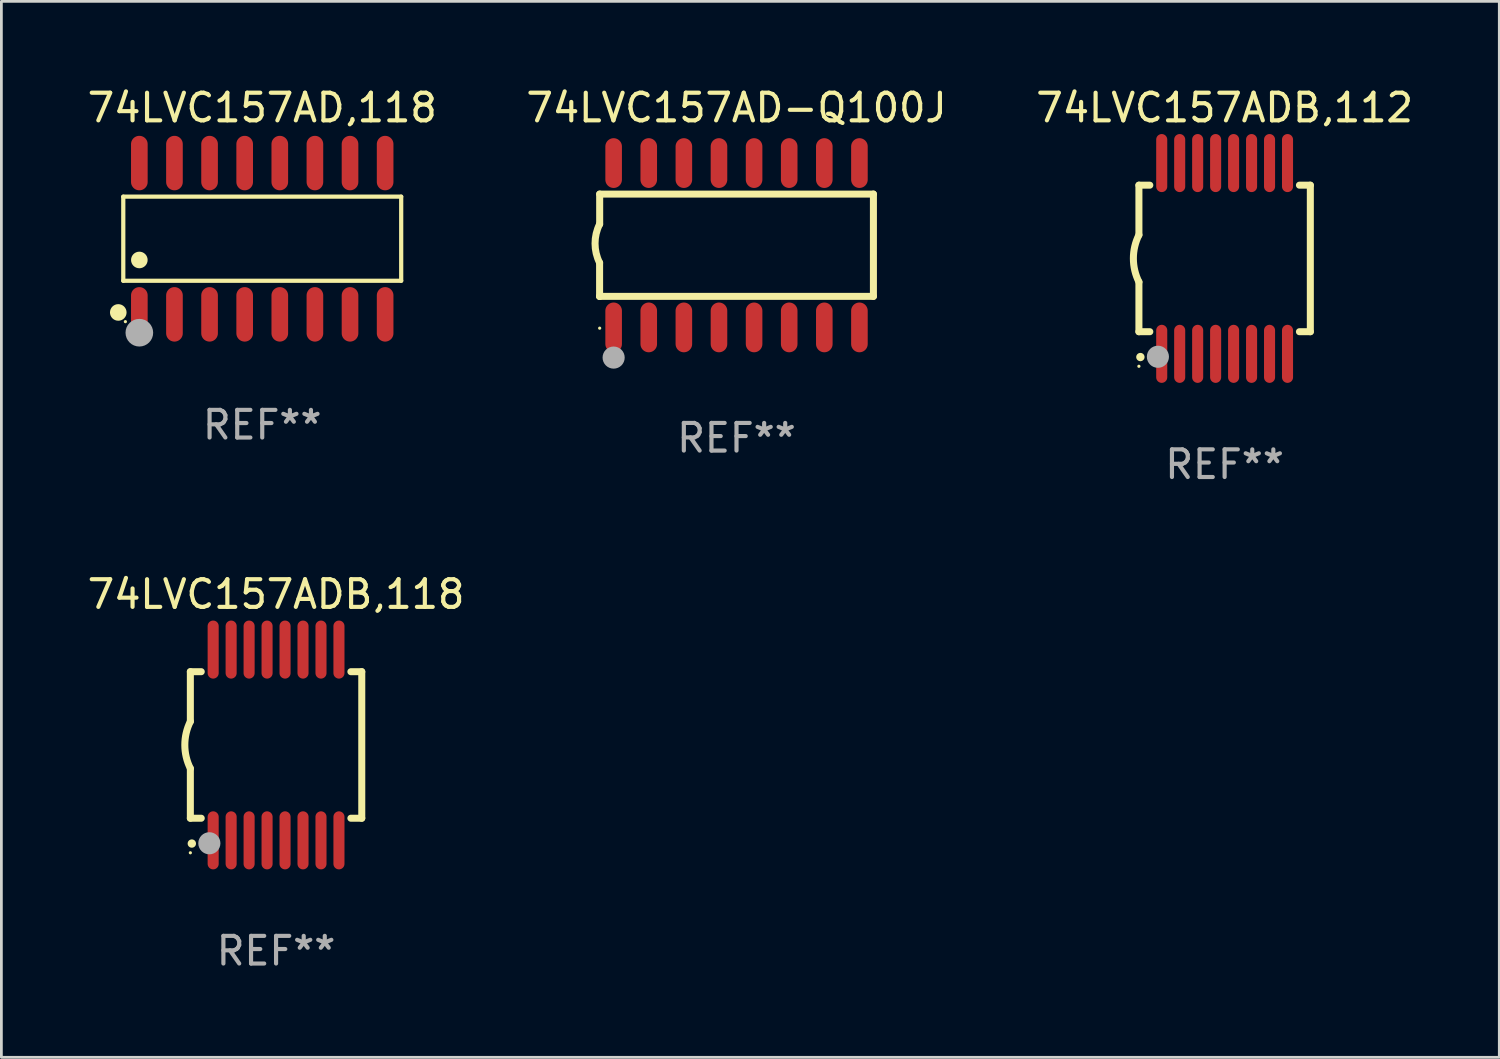
<source format=kicad_pcb>
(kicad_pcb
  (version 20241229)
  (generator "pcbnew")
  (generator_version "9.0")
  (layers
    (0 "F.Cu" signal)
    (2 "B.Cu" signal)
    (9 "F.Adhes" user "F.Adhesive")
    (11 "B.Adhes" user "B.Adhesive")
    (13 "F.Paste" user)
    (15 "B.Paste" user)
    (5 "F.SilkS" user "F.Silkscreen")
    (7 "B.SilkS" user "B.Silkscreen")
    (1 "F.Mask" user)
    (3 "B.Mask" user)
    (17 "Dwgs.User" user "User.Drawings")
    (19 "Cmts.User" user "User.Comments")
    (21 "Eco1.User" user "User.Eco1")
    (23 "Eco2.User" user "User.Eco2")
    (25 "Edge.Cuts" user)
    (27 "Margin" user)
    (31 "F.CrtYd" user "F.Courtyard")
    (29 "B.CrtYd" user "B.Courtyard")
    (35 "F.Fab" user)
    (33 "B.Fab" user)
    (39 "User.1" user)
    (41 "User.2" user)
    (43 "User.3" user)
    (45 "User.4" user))
  (footprint "74LVC157AD-Q100J"
    (layer "F.Cu")
    (at 23.589 5.82)
    (property "Reference" "74LVC157AD-Q100J" (at 0 -4.972 0) (layer "F.SilkS") (effects (font (size 1 1) (thickness 0.15))))
    (attr through_hole)
    (fp_line (start -4.952 0.635) (end -4.952 1.85) (stroke (width 0.254) (type solid)) (layer "F.SilkS"))
    (fp_line (start -4.952 1.85) (end -4.949 1.85) (stroke (width 0.254) (type solid)) (layer "F.SilkS"))
    (fp_line (start -4.949 -1.85) (end -4.949 -0.762) (stroke (width 0.254) (type solid)) (layer "F.SilkS"))
    (fp_line (start -4.949 1.85) (end 4.952 1.85) (stroke (width 0.254) (type solid)) (layer "F.SilkS"))
    (fp_line (start 4.952 -1.85) (end -4.949 -1.85) (stroke (width 0.254) (type solid)) (layer "F.SilkS"))
    (fp_line (start 4.952 1.85) (end 4.952 -1.85) (stroke (width 0.254) (type solid)) (layer "F.SilkS"))
    (fp_arc (start -4.951524 0.635001) (mid -5.116418 -0.0635) (end -4.951524 -0.762002) (stroke (width 0.254001) (type solid)) (layer "F.SilkS"))
    (fp_circle (center -4.949 3) (end -4.919 3) (stroke (width 0.06) (type solid)) (fill no) (layer "F.SilkS"))
    (fp_circle (center -4.444 4.064) (end -4.244 4.064) (stroke (width 0.4) (type solid)) (fill no) (layer "F.Fab"))
    (fp_text user "REF**" (at 0 6.972 0) (layer "F.Fab") (effects (font (size 1 1) (thickness 0.15))))
    (pad "1" smd oval (at -4.444 2.972 180) (size 0.6 1.8) (layers "F.Cu" "F.Mask" "F.Paste"))
    (pad "2" smd oval (at -3.174 2.972 180) (size 0.6 1.8) (layers "F.Cu" "F.Mask" "F.Paste"))
    (pad "3" smd oval (at -1.904 2.972 180) (size 0.6 1.8) (layers "F.Cu" "F.Mask" "F.Paste"))
    (pad "4" smd oval (at -0.634 2.972 180) (size 0.6 1.8) (layers "F.Cu" "F.Mask" "F.Paste"))
    (pad "5" smd oval (at 0.636 2.972 180) (size 0.6 1.8) (layers "F.Cu" "F.Mask" "F.Paste"))
    (pad "6" smd oval (at 1.906 2.972 180) (size 0.6 1.8) (layers "F.Cu" "F.Mask" "F.Paste"))
    (pad "7" smd oval (at 3.176 2.972 180) (size 0.6 1.8) (layers "F.Cu" "F.Mask" "F.Paste"))
    (pad "8" smd oval (at 4.446 2.972 180) (size 0.6 1.8) (layers "F.Cu" "F.Mask" "F.Paste"))
    (pad "9" smd oval (at 4.446 -2.972 180) (size 0.6 1.8) (layers "F.Cu" "F.Mask" "F.Paste"))
    (pad "10" smd oval (at 3.176 -2.972 180) (size 0.6 1.8) (layers "F.Cu" "F.Mask" "F.Paste"))
    (pad "11" smd oval (at 1.906 -2.972 180) (size 0.6 1.8) (layers "F.Cu" "F.Mask" "F.Paste"))
    (pad "12" smd oval (at 0.636 -2.972 180) (size 0.6 1.8) (layers "F.Cu" "F.Mask" "F.Paste"))
    (pad "13" smd oval (at -0.634 -2.972 180) (size 0.6 1.8) (layers "F.Cu" "F.Mask" "F.Paste"))
    (pad "14" smd oval (at -1.904 -2.972 180) (size 0.6 1.8) (layers "F.Cu" "F.Mask" "F.Paste"))
    (pad "15" smd oval (at -3.174 -2.972 180) (size 0.6 1.8) (layers "F.Cu" "F.Mask" "F.Paste"))
    (pad "16" smd oval (at -4.444 -2.972 180) (size 0.6 1.8) (layers "F.Cu" "F.Mask" "F.Paste")))
  (footprint "74LVC157ADB,118"
    (layer "F.Cu")
    (at 6.935 23.895)
    (property "Reference" "74LVC157ADB,118" (at 0 -5.45 0) (layer "F.SilkS") (effects (font (size 1 1) (thickness 0.15))))
    (attr through_hole)
    (fp_line (start -3.1 -2.65) (end -3.1 -0.85) (stroke (width 0.254) (type solid)) (layer "F.SilkS"))
    (fp_line (start -3.1 -2.65) (end -2.706 -2.65) (stroke (width 0.254) (type solid)) (layer "F.SilkS"))
    (fp_line (start -3.1 2.65) (end -3.1 0.85) (stroke (width 0.254) (type solid)) (layer "F.SilkS"))
    (fp_line (start -3.1 2.65) (end -2.706 2.65) (stroke (width 0.254) (type solid)) (layer "F.SilkS"))
    (fp_line (start 2.706 -2.65) (end 3.1 -2.65) (stroke (width 0.254) (type solid)) (layer "F.SilkS"))
    (fp_line (start 2.706 2.65) (end 3.1 2.65) (stroke (width 0.254) (type solid)) (layer "F.SilkS"))
    (fp_line (start 3.1 -2.65) (end 3.1 2.65) (stroke (width 0.254) (type solid)) (layer "F.SilkS"))
    (fp_arc (start -3.098907 0.850902) (mid -3.300057 0.000523) (end -3.1 -0.850114) (stroke (width 0.254001) (type solid)) (layer "F.SilkS"))
    (fp_arc (start -3.048006 3.566066) (mid -3.046736 3.566061) (end -3.045466 3.566066) (stroke (width 0.3) (type solid)) (layer "F.SilkS"))
    (fp_circle (center -3.1 3.9) (end -3.07 3.9) (stroke (width 0.06) (type solid)) (fill no) (layer "F.SilkS"))
    (fp_circle (center -2.413 3.556) (end -2.213 3.556) (stroke (width 0.4) (type solid)) (fill no) (layer "F.Fab"))
    (fp_text user "REF**" (at 0 7.45 0) (layer "F.Fab") (effects (font (size 1 1) (thickness 0.15))))
    (pad "1" smd oval (at -2.275 3.45 180) (size 0.4 2.1) (layers "F.Cu" "F.Mask" "F.Paste"))
    (pad "2" smd oval (at -1.625 3.45 180) (size 0.4 2.1) (layers "F.Cu" "F.Mask" "F.Paste"))
    (pad "3" smd oval (at -0.975 3.45 180) (size 0.4 2.1) (layers "F.Cu" "F.Mask" "F.Paste"))
    (pad "4" smd oval (at -0.325 3.45 180) (size 0.4 2.1) (layers "F.Cu" "F.Mask" "F.Paste"))
    (pad "5" smd oval (at 0.325 3.45 180) (size 0.4 2.1) (layers "F.Cu" "F.Mask" "F.Paste"))
    (pad "6" smd oval (at 0.975 3.45 180) (size 0.4 2.1) (layers "F.Cu" "F.Mask" "F.Paste"))
    (pad "7" smd oval (at 1.625 3.45 180) (size 0.4 2.1) (layers "F.Cu" "F.Mask" "F.Paste"))
    (pad "8" smd oval (at 2.275 3.45 180) (size 0.4 2.1) (layers "F.Cu" "F.Mask" "F.Paste"))
    (pad "9" smd oval (at 2.275 -3.45 180) (size 0.4 2.1) (layers "F.Cu" "F.Mask" "F.Paste"))
    (pad "10" smd oval (at 1.625 -3.45 180) (size 0.4 2.1) (layers "F.Cu" "F.Mask" "F.Paste"))
    (pad "11" smd oval (at 0.975 -3.45 180) (size 0.4 2.1) (layers "F.Cu" "F.Mask" "F.Paste"))
    (pad "12" smd oval (at 0.325 -3.45 180) (size 0.4 2.1) (layers "F.Cu" "F.Mask" "F.Paste"))
    (pad "13" smd oval (at -0.325 -3.45 180) (size 0.4 2.1) (layers "F.Cu" "F.Mask" "F.Paste"))
    (pad "14" smd oval (at -0.975 -3.45 180) (size 0.4 2.1) (layers "F.Cu" "F.Mask" "F.Paste"))
    (pad "15" smd oval (at -1.625 -3.45 180) (size 0.4 2.1) (layers "F.Cu" "F.Mask" "F.Paste"))
    (pad "16" smd oval (at -2.275 -3.45 180) (size 0.4 2.1) (layers "F.Cu" "F.Mask" "F.Paste")))
  (footprint "74LVC157AD,118"
    (layer "F.Cu")
    (at 6.435 5.584)
    (property "Reference" "74LVC157AD,118" (at 0 -4.736 0) (layer "F.SilkS") (effects (font (size 1 1) (thickness 0.15))))
    (attr through_hole)
    (fp_line (start -5.026 -1.521) (end 5.026 -1.521) (stroke (width 0.152) (type solid)) (layer "F.SilkS"))
    (fp_line (start -5.026 1.521) (end -5.026 -1.521) (stroke (width 0.152) (type solid)) (layer "F.SilkS"))
    (fp_line (start 5.026 -1.521) (end 5.026 1.521) (stroke (width 0.152) (type solid)) (layer "F.SilkS"))
    (fp_line (start 5.026 1.521) (end -5.026 1.521) (stroke (width 0.152) (type solid)) (layer "F.SilkS"))
    (fp_circle (center -5.207 2.667) (end -5.057 2.667) (stroke (width 0.3) (type solid)) (fill no) (layer "F.SilkS"))
    (fp_circle (center -4.95 3) (end -4.92 3) (stroke (width 0.06) (type solid)) (fill no) (layer "F.SilkS"))
    (fp_circle (center -4.445 0.769) (end -4.295 0.769) (stroke (width 0.3) (type solid)) (fill no) (layer "F.SilkS"))
    (fp_circle (center -4.445 3.4) (end -4.195 3.4) (stroke (width 0.5) (type solid)) (fill no) (layer "F.Fab"))
    (fp_text user "REF**" (at 0 6.736 0) (layer "F.Fab") (effects (font (size 1 1) (thickness 0.15))))
    (pad "1" smd oval (at -4.445 2.736) (size 0.602 1.971) (layers "F.Cu" "F.Mask" "F.Paste"))
    (pad "2" smd oval (at -3.175 2.736) (size 0.602 1.971) (layers "F.Cu" "F.Mask" "F.Paste"))
    (pad "3" smd oval (at -1.905 2.736) (size 0.602 1.971) (layers "F.Cu" "F.Mask" "F.Paste"))
    (pad "4" smd oval (at -0.635 2.736) (size 0.602 1.971) (layers "F.Cu" "F.Mask" "F.Paste"))
    (pad "5" smd oval (at 0.635 2.736) (size 0.602 1.971) (layers "F.Cu" "F.Mask" "F.Paste"))
    (pad "6" smd oval (at 1.905 2.736) (size 0.602 1.971) (layers "F.Cu" "F.Mask" "F.Paste"))
    (pad "7" smd oval (at 3.175 2.736) (size 0.602 1.971) (layers "F.Cu" "F.Mask" "F.Paste"))
    (pad "8" smd oval (at 4.445 2.736) (size 0.602 1.971) (layers "F.Cu" "F.Mask" "F.Paste"))
    (pad "9" smd oval (at 4.445 -2.736) (size 0.602 1.971) (layers "F.Cu" "F.Mask" "F.Paste"))
    (pad "10" smd oval (at 3.175 -2.736) (size 0.602 1.971) (layers "F.Cu" "F.Mask" "F.Paste"))
    (pad "11" smd oval (at 1.905 -2.736) (size 0.602 1.971) (layers "F.Cu" "F.Mask" "F.Paste"))
    (pad "12" smd oval (at 0.635 -2.736) (size 0.602 1.971) (layers "F.Cu" "F.Mask" "F.Paste"))
    (pad "13" smd oval (at -0.635 -2.736) (size 0.602 1.971) (layers "F.Cu" "F.Mask" "F.Paste"))
    (pad "14" smd oval (at -1.905 -2.736) (size 0.602 1.971) (layers "F.Cu" "F.Mask" "F.Paste"))
    (pad "15" smd oval (at -3.175 -2.736) (size 0.602 1.971) (layers "F.Cu" "F.Mask" "F.Paste"))
    (pad "16" smd oval (at -4.445 -2.736) (size 0.602 1.971) (layers "F.Cu" "F.Mask" "F.Paste")))
  (footprint "74LVC157ADB,112"
    (layer "F.Cu")
    (at 41.244 6.298)
    (property "Reference" "74LVC157ADB,112" (at 0 -5.45 0) (layer "F.SilkS") (effects (font (size 1 1) (thickness 0.15))))
    (attr through_hole)
    (fp_line (start -3.1 -2.65) (end -3.1 -0.85) (stroke (width 0.254) (type solid)) (layer "F.SilkS"))
    (fp_line (start -3.1 -2.65) (end -2.706 -2.65) (stroke (width 0.254) (type solid)) (layer "F.SilkS"))
    (fp_line (start -3.1 2.65) (end -3.1 0.85) (stroke (width 0.254) (type solid)) (layer "F.SilkS"))
    (fp_line (start -3.1 2.65) (end -2.706 2.65) (stroke (width 0.254) (type solid)) (layer "F.SilkS"))
    (fp_line (start 2.706 -2.65) (end 3.1 -2.65) (stroke (width 0.254) (type solid)) (layer "F.SilkS"))
    (fp_line (start 2.706 2.65) (end 3.1 2.65) (stroke (width 0.254) (type solid)) (layer "F.SilkS"))
    (fp_line (start 3.1 -2.65) (end 3.1 2.65) (stroke (width 0.254) (type solid)) (layer "F.SilkS"))
    (fp_arc (start -3.098907 0.850902) (mid -3.300057 0.000523) (end -3.1 -0.850114) (stroke (width 0.254001) (type solid)) (layer "F.SilkS"))
    (fp_arc (start -3.048006 3.566066) (mid -3.046736 3.566061) (end -3.045466 3.566066) (stroke (width 0.3) (type solid)) (layer "F.SilkS"))
    (fp_circle (center -3.1 3.9) (end -3.07 3.9) (stroke (width 0.06) (type solid)) (fill no) (layer "F.SilkS"))
    (fp_circle (center -2.413 3.556) (end -2.213 3.556) (stroke (width 0.4) (type solid)) (fill no) (layer "F.Fab"))
    (fp_text user "REF**" (at 0 7.45 0) (layer "F.Fab") (effects (font (size 1 1) (thickness 0.15))))
    (pad "1" smd oval (at -2.275 3.45 180) (size 0.4 2.1) (layers "F.Cu" "F.Mask" "F.Paste"))
    (pad "2" smd oval (at -1.625 3.45 180) (size 0.4 2.1) (layers "F.Cu" "F.Mask" "F.Paste"))
    (pad "3" smd oval (at -0.975 3.45 180) (size 0.4 2.1) (layers "F.Cu" "F.Mask" "F.Paste"))
    (pad "4" smd oval (at -0.325 3.45 180) (size 0.4 2.1) (layers "F.Cu" "F.Mask" "F.Paste"))
    (pad "5" smd oval (at 0.325 3.45 180) (size 0.4 2.1) (layers "F.Cu" "F.Mask" "F.Paste"))
    (pad "6" smd oval (at 0.975 3.45 180) (size 0.4 2.1) (layers "F.Cu" "F.Mask" "F.Paste"))
    (pad "7" smd oval (at 1.625 3.45 180) (size 0.4 2.1) (layers "F.Cu" "F.Mask" "F.Paste"))
    (pad "8" smd oval (at 2.275 3.45 180) (size 0.4 2.1) (layers "F.Cu" "F.Mask" "F.Paste"))
    (pad "9" smd oval (at 2.275 -3.45 180) (size 0.4 2.1) (layers "F.Cu" "F.Mask" "F.Paste"))
    (pad "10" smd oval (at 1.625 -3.45 180) (size 0.4 2.1) (layers "F.Cu" "F.Mask" "F.Paste"))
    (pad "11" smd oval (at 0.975 -3.45 180) (size 0.4 2.1) (layers "F.Cu" "F.Mask" "F.Paste"))
    (pad "12" smd oval (at 0.325 -3.45 180) (size 0.4 2.1) (layers "F.Cu" "F.Mask" "F.Paste"))
    (pad "13" smd oval (at -0.325 -3.45 180) (size 0.4 2.1) (layers "F.Cu" "F.Mask" "F.Paste"))
    (pad "14" smd oval (at -0.975 -3.45 180) (size 0.4 2.1) (layers "F.Cu" "F.Mask" "F.Paste"))
    (pad "15" smd oval (at -1.625 -3.45 180) (size 0.4 2.1) (layers "F.Cu" "F.Mask" "F.Paste"))
    (pad "16" smd oval (at -2.275 -3.45 180) (size 0.4 2.1) (layers "F.Cu" "F.Mask" "F.Paste")))
  (gr_rect
    (start -3 -3)
    (end 51.179 35.193)
    (stroke (width 0.1) (type default))
    (fill no)
    (layer "Edge.Cuts")))
</source>
